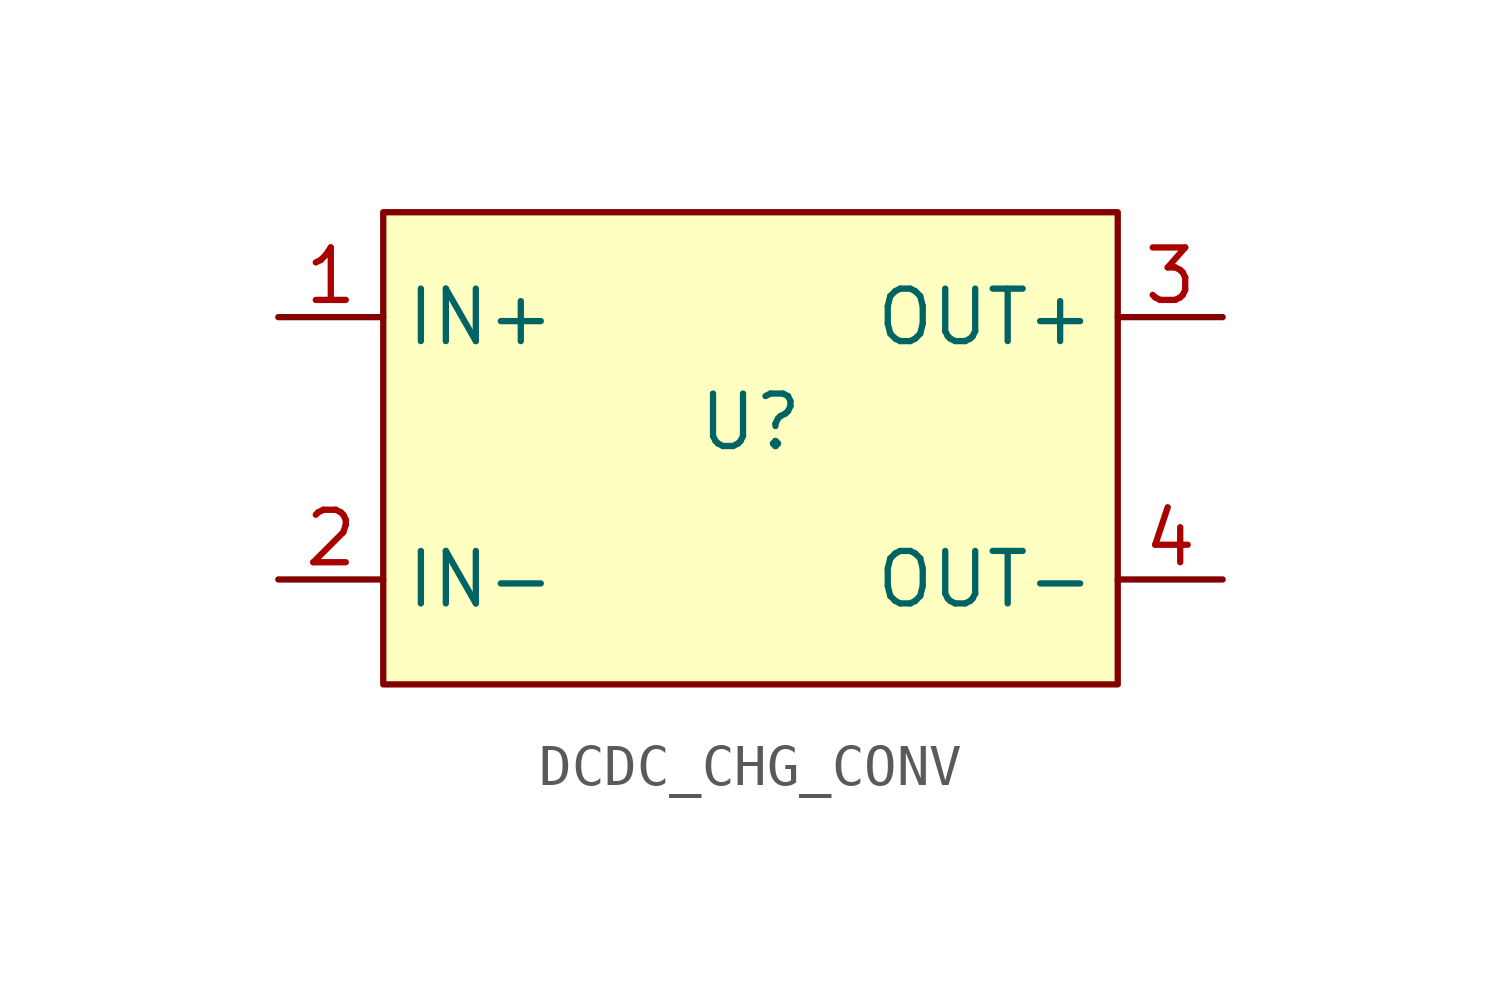
<source format=kicad_sym>
(kicad_symbol_lib
  (version 20220914)
  (generator kicad_symbol_editor)
  (symbol "DCDC_CHG_CONV"
    (property "Reference" "U"
      (at 5.08 -2.54 0)
      (effects (font (size 1.27 1.27))))
    (property "Value" ""
      (at 0 0 0)
      (effects (font (size 1.27 1.27))))
    (symbol "DCDC_CHG_CONV_0_0"
      (pin power_in line (at -6.35 0 0) (length 2.54) (name "IN+" (effects (font (size 1.27 1.27)))) (number "1" (effects (font (size 1.27 1.27)))))
      (pin power_in line (at -6.35 -6.35 0) (length 2.54) (name "IN-" (effects (font (size 1.27 1.27)))) (number "2" (effects (font (size 1.27 1.27)))))
      (pin power_out line (at 16.51 0 180) (length 2.54) (name "OUT+" (effects (font (size 1.27 1.27)))) (number "3" (effects (font (size 1.27 1.27)))))
      (pin power_out line (at 16.51 -6.35 180) (length 2.54) (name "OUT-" (effects (font (size 1.27 1.27)))) (number "4" (effects (font (size 1.27 1.27))))))
    (symbol "DCDC_CHG_CONV_1_1"
      (rectangle (start -3.81 2.54) (end 13.97 -8.89) (stroke (width 0) (type default)) (fill (type background))))))
</source>
